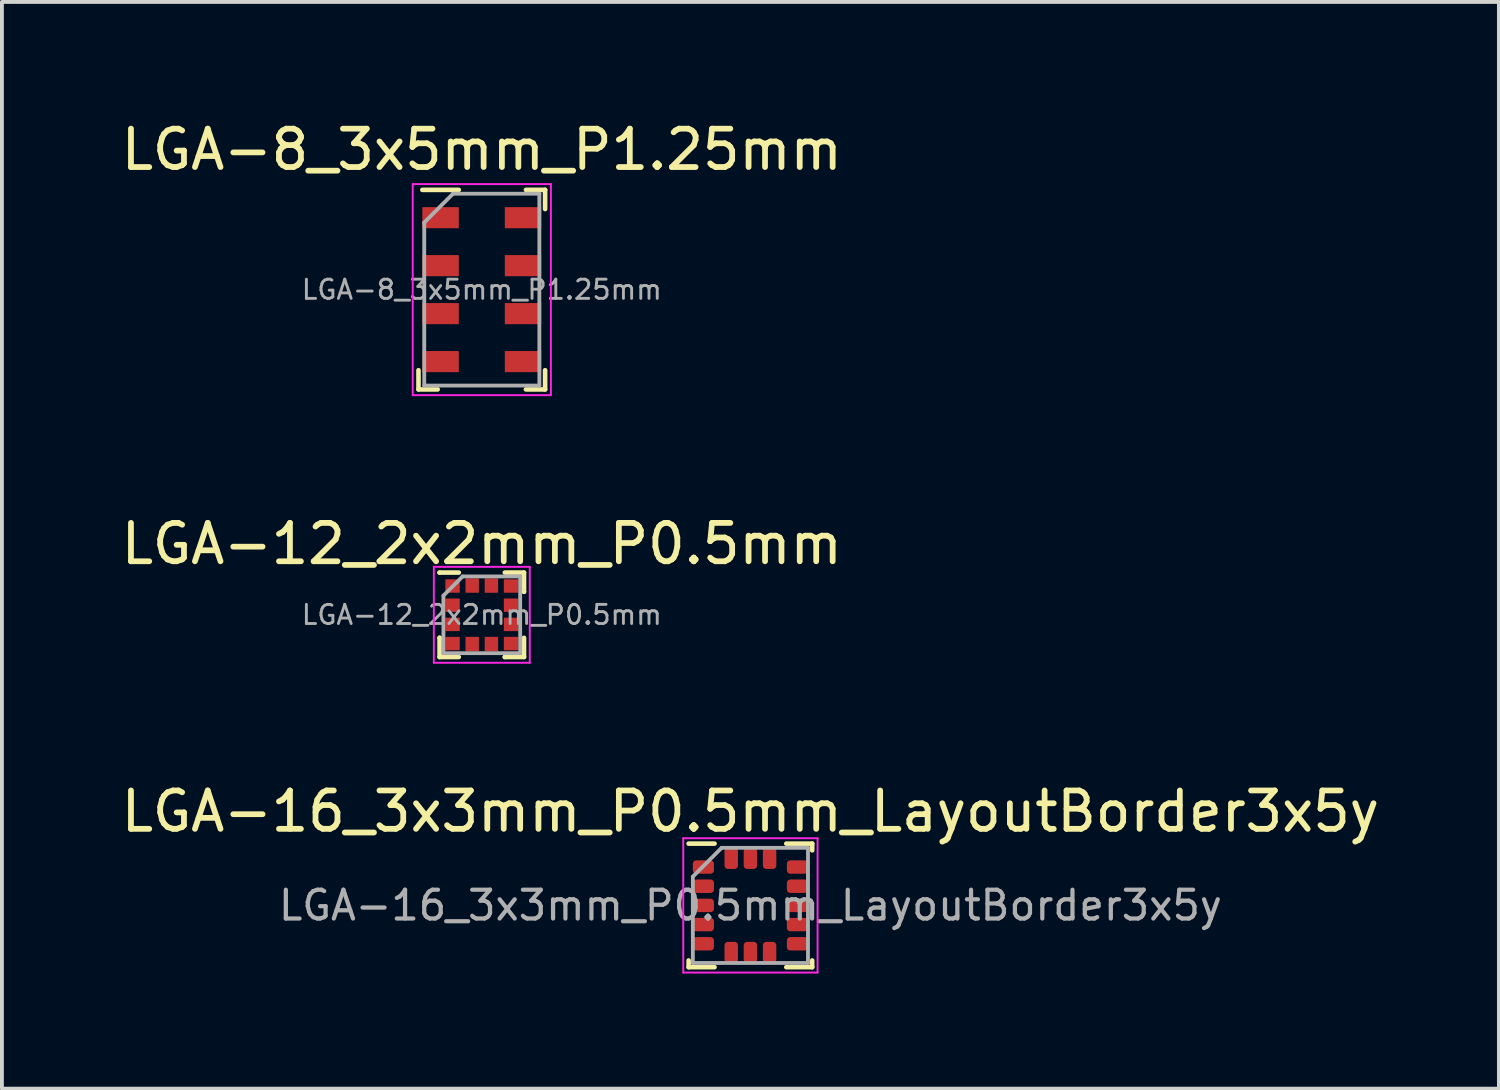
<source format=kicad_pcb>
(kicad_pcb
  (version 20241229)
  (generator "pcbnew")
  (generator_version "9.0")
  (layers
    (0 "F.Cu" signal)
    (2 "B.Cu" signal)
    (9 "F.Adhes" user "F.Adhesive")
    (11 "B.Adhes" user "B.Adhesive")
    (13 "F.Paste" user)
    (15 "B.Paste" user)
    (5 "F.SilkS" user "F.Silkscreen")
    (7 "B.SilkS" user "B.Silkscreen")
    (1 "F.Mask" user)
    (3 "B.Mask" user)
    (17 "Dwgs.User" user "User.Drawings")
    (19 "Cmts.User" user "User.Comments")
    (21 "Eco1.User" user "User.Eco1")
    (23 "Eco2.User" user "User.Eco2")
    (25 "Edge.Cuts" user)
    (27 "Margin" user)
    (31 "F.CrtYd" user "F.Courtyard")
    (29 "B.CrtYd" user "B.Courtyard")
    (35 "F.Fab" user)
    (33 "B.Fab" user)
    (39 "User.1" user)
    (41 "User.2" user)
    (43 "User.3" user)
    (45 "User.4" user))
  (footprint "LGA-8_3x5mm_P1.25mm"
    (layer "F.Cu")
    (at 9.506 4.498)
    (property "Reference" "LGA-8_3x5mm_P1.25mm" (at 0 -3.65 0) (layer "F.SilkS") (effects (font (size 1 1) (thickness 0.15))))
    (attr smd)
    (fp_line (start -1.65 2.6) (end -1.65 2.1) (stroke (width 0.12) (type solid)) (layer "F.SilkS"))
    (fp_line (start -1.55 -2.6) (end -0.6 -2.6) (stroke (width 0.12) (type solid)) (layer "F.SilkS"))
    (fp_line (start -1.15 2.6) (end -1.65 2.6) (stroke (width 0.12) (type solid)) (layer "F.SilkS"))
    (fp_line (start 1.15 -2.6) (end 1.65 -2.6) (stroke (width 0.12) (type solid)) (layer "F.SilkS"))
    (fp_line (start 1.65 -2.6) (end 1.65 -2.1) (stroke (width 0.12) (type solid)) (layer "F.SilkS"))
    (fp_line (start 1.65 2.1) (end 1.65 2.6) (stroke (width 0.12) (type solid)) (layer "F.SilkS"))
    (fp_line (start 1.65 2.6) (end 1.15 2.6) (stroke (width 0.12) (type solid)) (layer "F.SilkS"))
    (fp_line (start -1.8 -2.75) (end -1.8 2.75) (stroke (width 0.05) (type solid)) (layer "F.CrtYd"))
    (fp_line (start -1.8 -2.75) (end 1.8 -2.75) (stroke (width 0.05) (type solid)) (layer "F.CrtYd"))
    (fp_line (start 1.8 2.75) (end -1.8 2.75) (stroke (width 0.05) (type solid)) (layer "F.CrtYd"))
    (fp_line (start 1.8 2.75) (end 1.8 -2.75) (stroke (width 0.05) (type solid)) (layer "F.CrtYd"))
    (fp_line (start -1.5 -1.75) (end -0.75 -2.5) (stroke (width 0.1) (type solid)) (layer "F.Fab"))
    (fp_line (start -1.5 2.5) (end -1.5 -1.75) (stroke (width 0.1) (type solid)) (layer "F.Fab"))
    (fp_line (start -0.75 -2.5) (end 1.5 -2.5) (stroke (width 0.1) (type solid)) (layer "F.Fab"))
    (fp_line (start 1.5 -2.5) (end 1.5 2.5) (stroke (width 0.1) (type solid)) (layer "F.Fab"))
    (fp_line (start 1.5 2.5) (end -1.5 2.5) (stroke (width 0.1) (type solid)) (layer "F.Fab"))
    (fp_text user "${REFERENCE}" (at 0 0 0) (layer "F.Fab") (effects (font (size 0.5 0.5) (thickness 0.075))))
    (pad "1" smd rect (at -1.075 -1.875) (size 0.95 0.55) (layers "F.Cu" "F.Mask" "F.Paste"))
    (pad "2" smd rect (at -1.075 -0.625) (size 0.95 0.55) (layers "F.Cu" "F.Mask" "F.Paste"))
    (pad "3" smd rect (at -1.075 0.625) (size 0.95 0.55) (layers "F.Cu" "F.Mask" "F.Paste"))
    (pad "4" smd rect (at -1.075 1.875) (size 0.95 0.55) (layers "F.Cu" "F.Mask" "F.Paste"))
    (pad "5" smd rect (at 1.075 1.875) (size 0.95 0.55) (layers "F.Cu" "F.Mask" "F.Paste"))
    (pad "6" smd rect (at 1.075 0.625) (size 0.95 0.55) (layers "F.Cu" "F.Mask" "F.Paste"))
    (pad "7" smd rect (at 1.075 -0.625) (size 0.95 0.55) (layers "F.Cu" "F.Mask" "F.Paste"))
    (pad "8" smd rect (at 1.075 -1.875) (size 0.95 0.55) (layers "F.Cu" "F.Mask" "F.Paste")))
  (footprint "LGA-12_2x2mm_P0.5mm"
    (layer "F.Cu")
    (at 9.506 12.972)
    (property "Reference" "LGA-12_2x2mm_P0.5mm" (at 0 -1.85 0) (layer "F.SilkS") (effects (font (size 1 1) (thickness 0.15))))
    (attr smd)
    (fp_line (start -1.1 -1.1) (end -1.1 -1.1) (stroke (width 0.12) (type solid)) (layer "F.SilkS"))
    (fp_line (start -1.1 0.6) (end -1.1 0.6) (stroke (width 0.12) (type solid)) (layer "F.SilkS"))
    (fp_line (start -1.1 1.1) (end -1.1 0.6) (stroke (width 0.12) (type solid)) (layer "F.SilkS"))
    (fp_line (start -0.6 -1.1) (end -1.1 -1.1) (stroke (width 0.12) (type solid)) (layer "F.SilkS"))
    (fp_line (start -0.6 1.1) (end -1.1 1.1) (stroke (width 0.12) (type solid)) (layer "F.SilkS"))
    (fp_line (start 0.6 -1.1) (end 1.1 -1.1) (stroke (width 0.12) (type solid)) (layer "F.SilkS"))
    (fp_line (start 0.6 1.1) (end 0.6 1.1) (stroke (width 0.12) (type solid)) (layer "F.SilkS"))
    (fp_line (start 1.1 -1.1) (end 1.1 -0.6) (stroke (width 0.12) (type solid)) (layer "F.SilkS"))
    (fp_line (start 1.1 -0.6) (end 1.1 -0.6) (stroke (width 0.12) (type solid)) (layer "F.SilkS"))
    (fp_line (start 1.1 0.6) (end 1.1 1.1) (stroke (width 0.12) (type solid)) (layer "F.SilkS"))
    (fp_line (start 1.1 1.1) (end 0.6 1.1) (stroke (width 0.12) (type solid)) (layer "F.SilkS"))
    (fp_line (start -1.25 -1.25) (end 1.25 -1.25) (stroke (width 0.05) (type solid)) (layer "F.CrtYd"))
    (fp_line (start -1.25 1.25) (end -1.25 -1.25) (stroke (width 0.05) (type solid)) (layer "F.CrtYd"))
    (fp_line (start 1.25 -1.25) (end 1.25 1.25) (stroke (width 0.05) (type solid)) (layer "F.CrtYd"))
    (fp_line (start 1.25 1.25) (end -1.25 1.25) (stroke (width 0.05) (type solid)) (layer "F.CrtYd"))
    (fp_line (start -1 -0.5) (end -0.5 -1) (stroke (width 0.1) (type solid)) (layer "F.Fab"))
    (fp_line (start -1 1) (end -1 -0.5) (stroke (width 0.1) (type solid)) (layer "F.Fab"))
    (fp_line (start -0.5 -1) (end 1 -1) (stroke (width 0.1) (type solid)) (layer "F.Fab"))
    (fp_line (start 1 -1) (end 1 1) (stroke (width 0.1) (type solid)) (layer "F.Fab"))
    (fp_line (start 1 1) (end -1 1) (stroke (width 0.1) (type solid)) (layer "F.Fab"))
    (fp_text user "${REFERENCE}" (at 0 0 0) (layer "F.Fab") (effects (font (size 0.5 0.5) (thickness 0.075))))
    (pad "1" smd rect (at -0.762 -0.75) (size 0.375 0.35) (layers "F.Cu" "F.Mask" "F.Paste"))
    (pad "2" smd rect (at -0.762 -0.25) (size 0.375 0.35) (layers "F.Cu" "F.Mask" "F.Paste"))
    (pad "3" smd rect (at -0.762 0.25) (size 0.375 0.35) (layers "F.Cu" "F.Mask" "F.Paste"))
    (pad "4" smd rect (at -0.762 0.75) (size 0.375 0.35) (layers "F.Cu" "F.Mask" "F.Paste"))
    (pad "5" smd rect (at -0.25 0.762 90) (size 0.375 0.35) (layers "F.Cu" "F.Mask" "F.Paste"))
    (pad "6" smd rect (at 0.25 0.762 90) (size 0.375 0.35) (layers "F.Cu" "F.Mask" "F.Paste"))
    (pad "7" smd rect (at 0.762 0.75) (size 0.375 0.35) (layers "F.Cu" "F.Mask" "F.Paste"))
    (pad "8" smd rect (at 0.762 0.25) (size 0.375 0.35) (layers "F.Cu" "F.Mask" "F.Paste"))
    (pad "9" smd rect (at 0.762 -0.25) (size 0.375 0.35) (layers "F.Cu" "F.Mask" "F.Paste"))
    (pad "10" smd rect (at 0.762 -0.75) (size 0.375 0.35) (layers "F.Cu" "F.Mask" "F.Paste"))
    (pad "11" smd rect (at 0.25 -0.762 90) (size 0.375 0.35) (layers "F.Cu" "F.Mask" "F.Paste"))
    (pad "12" smd rect (at -0.25 -0.762 90) (size 0.375 0.35) (layers "F.Cu" "F.Mask" "F.Paste")))
  (footprint "LGA-16_3x3mm_P0.5mm_LayoutBorder3x5y"
    (layer "F.Cu")
    (at 16.506 20.545)
    (property "Reference" "LGA-16_3x3mm_P0.5mm_LayoutBorder3x5y" (at 0 -2.45 0) (layer "F.SilkS") (effects (font (size 1 1) (thickness 0.15))))
    (attr smd)
    (fp_line (start -1.61 1.61) (end -1.61 1.435) (stroke (width 0.12) (type solid)) (layer "F.SilkS"))
    (fp_line (start -0.935 -1.61) (end -1.61 -1.61) (stroke (width 0.12) (type solid)) (layer "F.SilkS"))
    (fp_line (start -0.935 1.61) (end -1.61 1.61) (stroke (width 0.12) (type solid)) (layer "F.SilkS"))
    (fp_line (start 0.935 -1.61) (end 1.61 -1.61) (stroke (width 0.12) (type solid)) (layer "F.SilkS"))
    (fp_line (start 0.935 1.61) (end 1.61 1.61) (stroke (width 0.12) (type solid)) (layer "F.SilkS"))
    (fp_line (start 1.61 -1.61) (end 1.61 -1.435) (stroke (width 0.12) (type solid)) (layer "F.SilkS"))
    (fp_line (start 1.61 1.61) (end 1.61 1.435) (stroke (width 0.12) (type solid)) (layer "F.SilkS"))
    (fp_line (start -1.75 -1.75) (end -1.75 1.75) (stroke (width 0.05) (type solid)) (layer "F.CrtYd"))
    (fp_line (start -1.75 1.75) (end 1.75 1.75) (stroke (width 0.05) (type solid)) (layer "F.CrtYd"))
    (fp_line (start 1.75 -1.75) (end -1.75 -1.75) (stroke (width 0.05) (type solid)) (layer "F.CrtYd"))
    (fp_line (start 1.75 1.75) (end 1.75 -1.75) (stroke (width 0.05) (type solid)) (layer "F.CrtYd"))
    (fp_line (start -1.5 -0.75) (end -0.75 -1.5) (stroke (width 0.1) (type solid)) (layer "F.Fab"))
    (fp_line (start -1.5 1.5) (end -1.5 -0.75) (stroke (width 0.1) (type solid)) (layer "F.Fab"))
    (fp_line (start -0.75 -1.5) (end 1.5 -1.5) (stroke (width 0.1) (type solid)) (layer "F.Fab"))
    (fp_line (start 1.5 -1.5) (end 1.5 1.5) (stroke (width 0.1) (type solid)) (layer "F.Fab"))
    (fp_line (start 1.5 1.5) (end -1.5 1.5) (stroke (width 0.1) (type solid)) (layer "F.Fab"))
    (fp_text user "${REFERENCE}" (at 0 0 0) (layer "F.Fab") (effects (font (size 0.75 0.75) (thickness 0.11))))
    (pad "1" smd roundrect (at -1.225 -1) (size 0.55 0.35) (layers "F.Cu" "F.Mask" "F.Paste") (roundrect_rratio 0.25))
    (pad "2" smd roundrect (at -1.225 -0.5) (size 0.55 0.35) (layers "F.Cu" "F.Mask" "F.Paste") (roundrect_rratio 0.25))
    (pad "3" smd roundrect (at -1.225 0) (size 0.55 0.35) (layers "F.Cu" "F.Mask" "F.Paste") (roundrect_rratio 0.25))
    (pad "4" smd roundrect (at -1.225 0.5) (size 0.55 0.35) (layers "F.Cu" "F.Mask" "F.Paste") (roundrect_rratio 0.25))
    (pad "5" smd roundrect (at -1.225 1) (size 0.55 0.35) (layers "F.Cu" "F.Mask" "F.Paste") (roundrect_rratio 0.25))
    (pad "6" smd roundrect (at -0.5 1.225) (size 0.35 0.55) (layers "F.Cu" "F.Mask" "F.Paste") (roundrect_rratio 0.25))
    (pad "7" smd roundrect (at 0 1.225) (size 0.35 0.55) (layers "F.Cu" "F.Mask" "F.Paste") (roundrect_rratio 0.25))
    (pad "8" smd roundrect (at 0.5 1.225) (size 0.35 0.55) (layers "F.Cu" "F.Mask" "F.Paste") (roundrect_rratio 0.25))
    (pad "9" smd roundrect (at 1.225 1) (size 0.55 0.35) (layers "F.Cu" "F.Mask" "F.Paste") (roundrect_rratio 0.25))
    (pad "10" smd roundrect (at 1.225 0.5) (size 0.55 0.35) (layers "F.Cu" "F.Mask" "F.Paste") (roundrect_rratio 0.25))
    (pad "11" smd roundrect (at 1.225 0) (size 0.55 0.35) (layers "F.Cu" "F.Mask" "F.Paste") (roundrect_rratio 0.25))
    (pad "12" smd roundrect (at 1.225 -0.5) (size 0.55 0.35) (layers "F.Cu" "F.Mask" "F.Paste") (roundrect_rratio 0.25))
    (pad "13" smd roundrect (at 1.225 -1) (size 0.55 0.35) (layers "F.Cu" "F.Mask" "F.Paste") (roundrect_rratio 0.25))
    (pad "14" smd roundrect (at 0.5 -1.225) (size 0.35 0.55) (layers "F.Cu" "F.Mask" "F.Paste") (roundrect_rratio 0.25))
    (pad "15" smd roundrect (at 0 -1.225) (size 0.35 0.55) (layers "F.Cu" "F.Mask" "F.Paste") (roundrect_rratio 0.25))
    (pad "16" smd roundrect (at -0.5 -1.225) (size 0.35 0.55) (layers "F.Cu" "F.Mask" "F.Paste") (roundrect_rratio 0.25)))
  (gr_rect
    (start -3 -3)
    (end 36.012 25.32)
    (stroke (width 0.1) (type default))
    (fill no)
    (layer "Edge.Cuts")))
</source>
